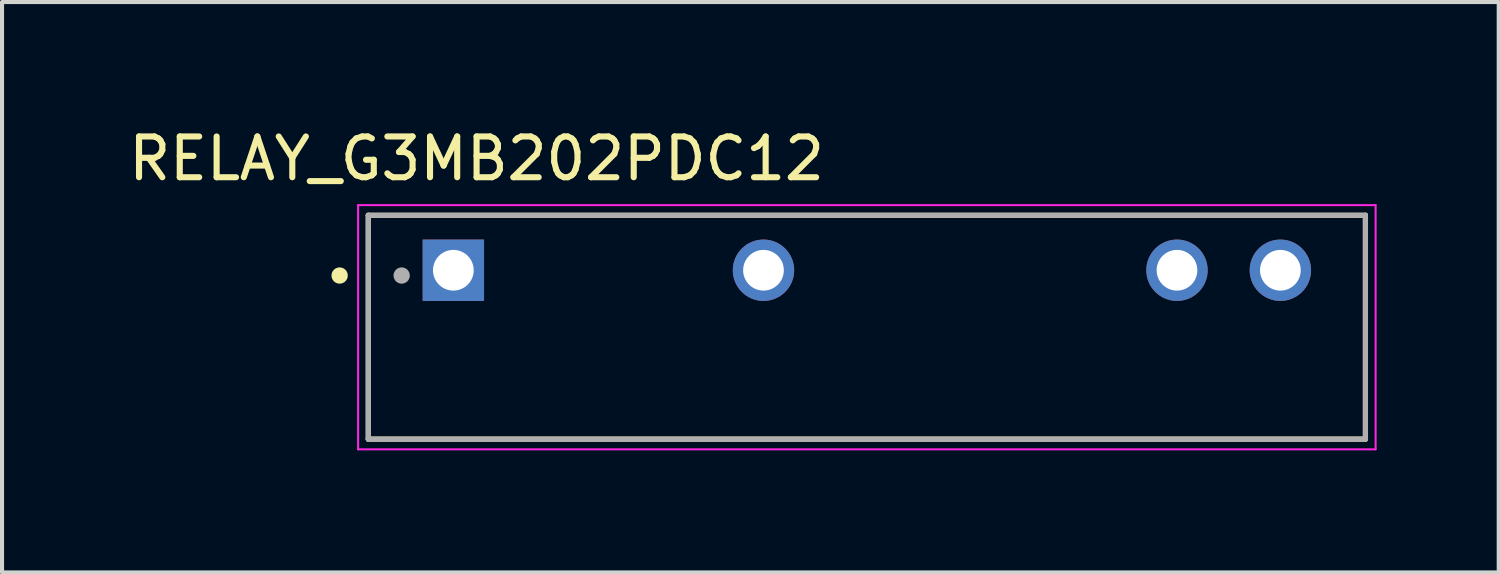
<source format=kicad_pcb>
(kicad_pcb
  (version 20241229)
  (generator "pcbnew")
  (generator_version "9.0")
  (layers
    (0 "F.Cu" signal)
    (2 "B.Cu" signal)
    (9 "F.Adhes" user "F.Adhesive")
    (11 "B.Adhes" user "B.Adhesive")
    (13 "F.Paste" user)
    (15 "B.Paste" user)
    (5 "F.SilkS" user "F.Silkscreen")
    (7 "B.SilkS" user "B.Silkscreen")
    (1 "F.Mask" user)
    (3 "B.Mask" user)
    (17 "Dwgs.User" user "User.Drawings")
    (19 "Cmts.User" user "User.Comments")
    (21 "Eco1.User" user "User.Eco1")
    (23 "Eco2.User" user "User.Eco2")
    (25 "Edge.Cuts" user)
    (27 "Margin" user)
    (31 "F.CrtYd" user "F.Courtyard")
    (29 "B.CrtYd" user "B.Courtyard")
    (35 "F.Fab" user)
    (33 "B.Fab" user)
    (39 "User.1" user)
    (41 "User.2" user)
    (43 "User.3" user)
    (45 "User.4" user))
  (footprint "RELAY_G3MB202PDC12"
    (layer "F.Cu")
    (at 18.249 4.99)
    (property "Reference" "RELAY_G3MB202PDC12" (at -9.589 -4.141 0) (layer "F.SilkS") (effects (font (size 1.001 1.001) (thickness 0.15))))
    (attr through_hole)
    (fp_line (start -12.25 -2.75) (end -12.25 2.75) (stroke (width 0.127) (type solid)) (layer "F.SilkS"))
    (fp_line (start -12.25 2.75) (end 12.25 2.75) (stroke (width 0.127) (type solid)) (layer "F.SilkS"))
    (fp_line (start 12.25 -2.75) (end -12.25 -2.75) (stroke (width 0.127) (type solid)) (layer "F.SilkS"))
    (fp_line (start 12.25 2.75) (end 12.25 -2.75) (stroke (width 0.127) (type solid)) (layer "F.SilkS"))
    (fp_circle (center -12.954 -1.27) (end -12.854 -1.27) (stroke (width 0.2) (type solid)) (fill no) (layer "F.SilkS"))
    (fp_line (start -12.5 -3) (end 12.5 -3) (stroke (width 0.05) (type solid)) (layer "F.CrtYd"))
    (fp_line (start -12.5 3) (end -12.5 -3) (stroke (width 0.05) (type solid)) (layer "F.CrtYd"))
    (fp_line (start 12.5 -3) (end 12.5 3) (stroke (width 0.05) (type solid)) (layer "F.CrtYd"))
    (fp_line (start 12.5 3) (end -12.5 3) (stroke (width 0.05) (type solid)) (layer "F.CrtYd"))
    (fp_line (start -12.25 -2.75) (end -12.25 2.75) (stroke (width 0.127) (type solid)) (layer "F.Fab"))
    (fp_line (start -12.25 2.75) (end 12.25 2.75) (stroke (width 0.127) (type solid)) (layer "F.Fab"))
    (fp_line (start 12.25 -2.75) (end -12.25 -2.75) (stroke (width 0.127) (type solid)) (layer "F.Fab"))
    (fp_line (start 12.25 2.75) (end 12.25 -2.75) (stroke (width 0.127) (type solid)) (layer "F.Fab"))
    (fp_circle (center -11.43 -1.27) (end -11.33 -1.27) (stroke (width 0.2) (type solid)) (fill no) (layer "F.Fab"))
    (pad "1" thru_hole rect (at -10.16 -1.4) (size 1.508 1.508) (drill 1) (layers "*.Cu" "*.Mask"))
    (pad "2" thru_hole circle (at -2.54 -1.4) (size 1.508 1.508) (drill 1) (layers "*.Cu" "*.Mask"))
    (pad "3" thru_hole circle (at 7.62 -1.4) (size 1.508 1.508) (drill 1) (layers "*.Cu" "*.Mask"))
    (pad "4" thru_hole circle (at 10.16 -1.4) (size 1.508 1.508) (drill 1) (layers "*.Cu" "*.Mask")))
  (gr_rect
    (start -3 -3)
    (end 33.774 11.015)
    (stroke (width 0.1) (type default))
    (fill no)
    (layer "Edge.Cuts")))
</source>
